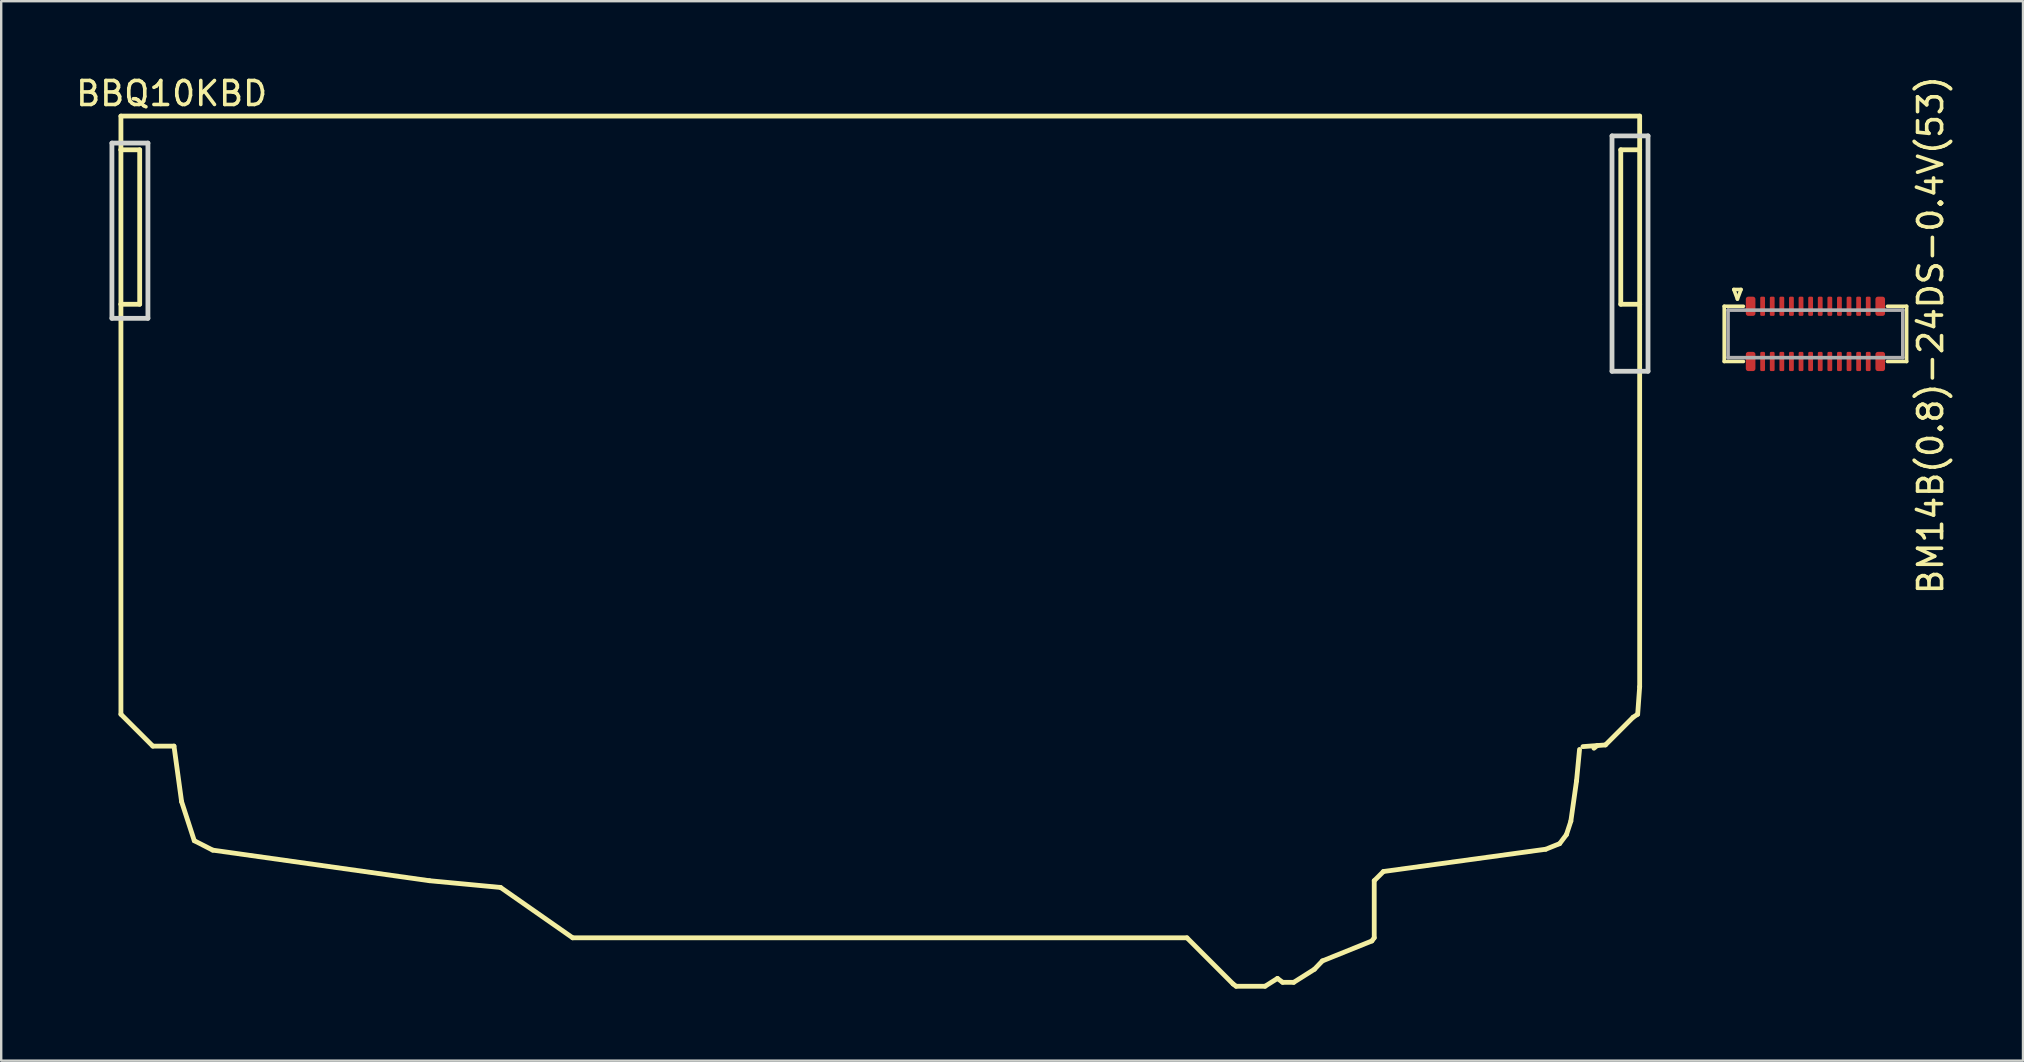
<source format=kicad_pcb>
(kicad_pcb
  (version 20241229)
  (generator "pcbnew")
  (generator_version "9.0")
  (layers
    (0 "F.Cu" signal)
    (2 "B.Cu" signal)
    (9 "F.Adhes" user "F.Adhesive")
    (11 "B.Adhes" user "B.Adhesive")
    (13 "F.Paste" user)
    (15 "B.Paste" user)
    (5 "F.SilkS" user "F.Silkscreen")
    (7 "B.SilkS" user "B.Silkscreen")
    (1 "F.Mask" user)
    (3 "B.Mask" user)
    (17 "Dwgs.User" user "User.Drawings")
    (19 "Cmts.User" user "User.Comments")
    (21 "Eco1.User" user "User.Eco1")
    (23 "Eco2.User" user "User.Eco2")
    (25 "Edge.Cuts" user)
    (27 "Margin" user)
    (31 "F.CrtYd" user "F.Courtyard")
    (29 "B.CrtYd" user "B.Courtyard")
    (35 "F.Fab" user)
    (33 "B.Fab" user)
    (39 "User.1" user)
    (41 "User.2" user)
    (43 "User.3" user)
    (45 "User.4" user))
  (footprint "BM14B(0.8)-24DS-0.4V(53)"
    (layer "F.Cu")
    (at 72.588 10.861)
    (property "Reference" "BM14B(0.8)-24DS-0.4V(53)" (at 4.8 0.05 90) (layer "F.SilkS") (effects (font (size 1 1) (thickness 0.15))))
    (attr smd)
    (fp_line (start -3.8 -1.15) (end -3 -1.15) (stroke (width 0.15) (type solid)) (layer "F.SilkS"))
    (fp_line (start -3.8 1.15) (end -3.8 -1.15) (stroke (width 0.15) (type solid)) (layer "F.SilkS"))
    (fp_line (start -3.4 -1.85) (end -3.1 -1.85) (stroke (width 0.15) (type solid)) (layer "F.SilkS"))
    (fp_line (start -3.25 -1.45) (end -3.4 -1.85) (stroke (width 0.15) (type solid)) (layer "F.SilkS"))
    (fp_line (start -3.1 -1.85) (end -3.25 -1.45) (stroke (width 0.15) (type solid)) (layer "F.SilkS"))
    (fp_line (start -3 1.15) (end -3.8 1.15) (stroke (width 0.15) (type solid)) (layer "F.SilkS"))
    (fp_line (start 3 -1.15) (end 3.8 -1.15) (stroke (width 0.15) (type solid)) (layer "F.SilkS"))
    (fp_line (start 3.8 -1.15) (end 3.8 1.15) (stroke (width 0.15) (type solid)) (layer "F.SilkS"))
    (fp_line (start 3.8 1.15) (end 3 1.15) (stroke (width 0.15) (type solid)) (layer "F.SilkS"))
    (fp_line (start -3.64 -0.99) (end 3.64 -0.99) (stroke (width 0.15) (type solid)) (layer "F.Fab"))
    (fp_line (start -3.64 0.99) (end -3.64 -0.99) (stroke (width 0.15) (type solid)) (layer "F.Fab"))
    (fp_line (start 3.64 -0.99) (end 3.64 0.99) (stroke (width 0.15) (type solid)) (layer "F.Fab"))
    (fp_line (start 3.64 0.99) (end -3.64 0.99) (stroke (width 0.15) (type solid)) (layer "F.Fab"))
    (pad "1" smd roundrect (at -2.7 -1.15) (size 0.4 0.8) (layers "F.Cu" "F.Mask" "F.Paste") (roundrect_rratio 0.25))
    (pad "2" smd roundrect (at -2.2 -1.15) (size 0.2 0.8) (layers "F.Cu" "F.Mask" "F.Paste") (roundrect_rratio 0.25))
    (pad "3" smd roundrect (at -1.8 -1.15) (size 0.2 0.8) (layers "F.Cu" "F.Mask" "F.Paste") (roundrect_rratio 0.25))
    (pad "4" smd roundrect (at -1.4 -1.15) (size 0.2 0.8) (layers "F.Cu" "F.Mask" "F.Paste") (roundrect_rratio 0.25))
    (pad "5" smd roundrect (at -1 -1.15) (size 0.2 0.8) (layers "F.Cu" "F.Mask" "F.Paste") (roundrect_rratio 0.25))
    (pad "6" smd roundrect (at -0.6 -1.15) (size 0.2 0.8) (layers "F.Cu" "F.Mask" "F.Paste") (roundrect_rratio 0.25))
    (pad "7" smd roundrect (at -0.2 -1.15) (size 0.2 0.8) (layers "F.Cu" "F.Mask" "F.Paste") (roundrect_rratio 0.25))
    (pad "8" smd roundrect (at 0.2 -1.15) (size 0.2 0.8) (layers "F.Cu" "F.Mask" "F.Paste") (roundrect_rratio 0.25))
    (pad "9" smd roundrect (at 0.6 -1.15) (size 0.2 0.8) (layers "F.Cu" "F.Mask" "F.Paste") (roundrect_rratio 0.25))
    (pad "10" smd roundrect (at 1 -1.15) (size 0.2 0.8) (layers "F.Cu" "F.Mask" "F.Paste") (roundrect_rratio 0.25))
    (pad "11" smd roundrect (at 1.4 -1.15) (size 0.2 0.8) (layers "F.Cu" "F.Mask" "F.Paste") (roundrect_rratio 0.25))
    (pad "12" smd roundrect (at 1.8 -1.15) (size 0.2 0.8) (layers "F.Cu" "F.Mask" "F.Paste") (roundrect_rratio 0.25))
    (pad "13" smd roundrect (at 2.2 -1.15) (size 0.2 0.8) (layers "F.Cu" "F.Mask" "F.Paste") (roundrect_rratio 0.25))
    (pad "14" smd roundrect (at 2.7 -1.15) (size 0.4 0.8) (layers "F.Cu" "F.Mask" "F.Paste") (roundrect_rratio 0.25))
    (pad "15" smd roundrect (at 2.7 1.15) (size 0.4 0.8) (layers "F.Cu" "F.Mask" "F.Paste") (roundrect_rratio 0.25))
    (pad "16" smd roundrect (at 2.2 1.15) (size 0.2 0.8) (layers "F.Cu" "F.Mask" "F.Paste") (roundrect_rratio 0.25))
    (pad "17" smd roundrect (at 1.8 1.15) (size 0.2 0.8) (layers "F.Cu" "F.Mask" "F.Paste") (roundrect_rratio 0.25))
    (pad "18" smd roundrect (at 1.4 1.15) (size 0.2 0.8) (layers "F.Cu" "F.Mask" "F.Paste") (roundrect_rratio 0.25))
    (pad "19" smd roundrect (at 1 1.15) (size 0.2 0.8) (layers "F.Cu" "F.Mask" "F.Paste") (roundrect_rratio 0.25))
    (pad "20" smd roundrect (at 0.6 1.15) (size 0.2 0.8) (layers "F.Cu" "F.Mask" "F.Paste") (roundrect_rratio 0.25))
    (pad "21" smd roundrect (at 0.2 1.15) (size 0.2 0.8) (layers "F.Cu" "F.Mask" "F.Paste") (roundrect_rratio 0.25))
    (pad "22" smd roundrect (at -0.2 1.15) (size 0.2 0.8) (layers "F.Cu" "F.Mask" "F.Paste") (roundrect_rratio 0.25))
    (pad "23" smd roundrect (at -0.6 1.15) (size 0.2 0.8) (layers "F.Cu" "F.Mask" "F.Paste") (roundrect_rratio 0.25))
    (pad "24" smd roundrect (at -1 1.15) (size 0.2 0.8) (layers "F.Cu" "F.Mask" "F.Paste") (roundrect_rratio 0.25))
    (pad "25" smd roundrect (at -1.4 1.15) (size 0.2 0.8) (layers "F.Cu" "F.Mask" "F.Paste") (roundrect_rratio 0.25))
    (pad "26" smd roundrect (at -1.8 1.15) (size 0.2 0.8) (layers "F.Cu" "F.Mask" "F.Paste") (roundrect_rratio 0.25))
    (pad "27" smd roundrect (at -2.2 1.15) (size 0.2 0.8) (layers "F.Cu" "F.Mask" "F.Paste") (roundrect_rratio 0.25))
    (pad "28" smd roundrect (at -2.7 1.15) (size 0.4 0.8) (layers "F.Cu" "F.Mask" "F.Paste") (roundrect_rratio 0.25)))
  (footprint "BBQ10KBD"
    (layer "F.Cu")
    (at 33.601 18.848)
    (property "Reference" "BBQ10KBD" (at -29.5 -18 0) (layer "F.SilkS") (effects (font (size 1 1) (thickness 0.15))))
    (attr through_hole)
    (fp_line (start -31.613 -17.061) (end -31.613 -15.657) (stroke (width 0.2) (type solid)) (layer "F.SilkS"))
    (fp_line (start -31.613 -15.657) (end -31.613 -9.222) (stroke (width 0.2) (type solid)) (layer "F.SilkS"))
    (fp_line (start -31.613 -15.657) (end -30.831 -15.657) (stroke (width 0.2) (type solid)) (layer "F.SilkS"))
    (fp_line (start -31.613 -9.222) (end -31.613 7.861) (stroke (width 0.2) (type solid)) (layer "F.SilkS"))
    (fp_line (start -31.613 7.861) (end -30.285 9.188) (stroke (width 0.2) (type solid)) (layer "F.SilkS"))
    (fp_line (start -30.831 -15.657) (end -30.831 -9.222) (stroke (width 0.2) (type solid)) (layer "F.SilkS"))
    (fp_line (start -30.831 -9.222) (end -31.613 -9.222) (stroke (width 0.2) (type solid)) (layer "F.SilkS"))
    (fp_line (start -30.285 9.188) (end -29.402 9.188) (stroke (width 0.2) (type solid)) (layer "F.SilkS"))
    (fp_line (start -29.402 9.188) (end -29.085 11.501) (stroke (width 0.2) (type solid)) (layer "F.SilkS"))
    (fp_line (start -29.085 11.501) (end -28.556 13.13) (stroke (width 0.2) (type solid)) (layer "F.SilkS"))
    (fp_line (start -28.556 13.13) (end -27.788 13.522) (stroke (width 0.2) (type solid)) (layer "F.SilkS"))
    (fp_line (start -27.788 13.522) (end -18.76 14.796) (stroke (width 0.2) (type solid)) (layer "F.SilkS"))
    (fp_line (start -18.76 14.796) (end -15.795 15.077) (stroke (width 0.2) (type solid)) (layer "F.SilkS"))
    (fp_line (start -15.795 15.077) (end -12.791 17.175) (stroke (width 0.2) (type solid)) (layer "F.SilkS"))
    (fp_line (start -12.791 17.175) (end 12.802 17.175) (stroke (width 0.2) (type solid)) (layer "F.SilkS"))
    (fp_line (start 12.802 17.175) (end 14.726 19.1) (stroke (width 0.2) (type solid)) (layer "F.SilkS"))
    (fp_line (start 14.726 19.1) (end 14.85 19.193) (stroke (width 0.2) (type solid)) (layer "F.SilkS"))
    (fp_line (start 14.85 19.193) (end 16.057 19.193) (stroke (width 0.2) (type solid)) (layer "F.SilkS"))
    (fp_line (start 16.057 19.193) (end 16.573 18.867) (stroke (width 0.2) (type solid)) (layer "F.SilkS"))
    (fp_line (start 16.573 18.867) (end 16.79 19.03) (stroke (width 0.2) (type solid)) (layer "F.SilkS"))
    (fp_line (start 16.79 19.03) (end 17.251 19.03) (stroke (width 0.2) (type solid)) (layer "F.SilkS"))
    (fp_line (start 17.251 19.03) (end 18.113 18.486) (stroke (width 0.2) (type solid)) (layer "F.SilkS"))
    (fp_line (start 18.113 18.486) (end 18.445 18.138) (stroke (width 0.2) (type solid)) (layer "F.SilkS"))
    (fp_line (start 18.445 18.138) (end 20.506 17.307) (stroke (width 0.2) (type solid)) (layer "F.SilkS"))
    (fp_line (start 20.506 17.307) (end 20.605 17.175) (stroke (width 0.2) (type solid)) (layer "F.SilkS"))
    (fp_line (start 20.605 14.796) (end 20.989 14.412) (stroke (width 0.2) (type solid)) (layer "F.SilkS"))
    (fp_line (start 20.605 17.175) (end 20.605 14.796) (stroke (width 0.2) (type solid)) (layer "F.SilkS"))
    (fp_line (start 20.989 14.412) (end 27.752 13.484) (stroke (width 0.2) (type solid)) (layer "F.SilkS"))
    (fp_line (start 27.752 13.484) (end 28.331 13.251) (stroke (width 0.2) (type solid)) (layer "F.SilkS"))
    (fp_line (start 28.331 13.251) (end 28.613 12.876) (stroke (width 0.2) (type solid)) (layer "F.SilkS"))
    (fp_line (start 28.613 12.876) (end 28.797 12.315) (stroke (width 0.2) (type solid)) (layer "F.SilkS"))
    (fp_line (start 28.797 12.315) (end 29.034 10.636) (stroke (width 0.2) (type solid)) (layer "F.SilkS"))
    (fp_line (start 29.034 10.636) (end 29.159 9.326) (stroke (width 0.2) (type solid)) (layer "F.SilkS"))
    (fp_line (start 29.3 9.209) (end 30.238 9.139) (stroke (width 0.2) (type solid)) (layer "F.SilkS"))
    (fp_line (start 29.759 9.276) (end 29.9 9.159) (stroke (width 0.2) (type solid)) (layer "F.SilkS"))
    (fp_line (start 30.238 9.139) (end 31.392 7.985) (stroke (width 0.2) (type solid)) (layer "F.SilkS"))
    (fp_line (start 30.877 -15.657) (end 30.877 -9.222) (stroke (width 0.2) (type solid)) (layer "F.SilkS"))
    (fp_line (start 30.877 -9.222) (end 31.664 -9.222) (stroke (width 0.2) (type solid)) (layer "F.SilkS"))
    (fp_line (start 31.392 7.985) (end 31.581 7.861) (stroke (width 0.2) (type solid)) (layer "F.SilkS"))
    (fp_line (start 31.581 7.861) (end 31.664 6.714) (stroke (width 0.2) (type solid)) (layer "F.SilkS"))
    (fp_line (start 31.664 -17.061) (end -31.613 -17.061) (stroke (width 0.2) (type solid)) (layer "F.SilkS"))
    (fp_line (start 31.664 -15.657) (end 30.877 -15.657) (stroke (width 0.2) (type solid)) (layer "F.SilkS"))
    (fp_line (start 31.664 -15.657) (end 31.664 -17.061) (stroke (width 0.2) (type solid)) (layer "F.SilkS"))
    (fp_line (start 31.664 -9.222) (end 31.664 -15.657) (stroke (width 0.2) (type solid)) (layer "F.SilkS"))
    (fp_line (start 31.664 6.714) (end 31.664 -9.222) (stroke (width 0.2) (type solid)) (layer "F.SilkS"))
    (fp_line (start -31.988 -15.936) (end -31.988 -8.636) (stroke (width 0.2) (type solid)) (layer "Edge.Cuts"))
    (fp_line (start -31.988 -8.636) (end -30.488 -8.636) (stroke (width 0.2) (type solid)) (layer "Edge.Cuts"))
    (fp_line (start -30.488 -15.936) (end -31.988 -15.936) (stroke (width 0.2) (type solid)) (layer "Edge.Cuts"))
    (fp_line (start -30.488 -8.636) (end -30.488 -15.936) (stroke (width 0.2) (type solid)) (layer "Edge.Cuts"))
    (fp_line (start 30.512 -16.236) (end 30.512 -6.43) (stroke (width 0.2) (type solid)) (layer "Edge.Cuts"))
    (fp_line (start 30.512 -6.43) (end 32.012 -6.43) (stroke (width 0.2) (type solid)) (layer "Edge.Cuts"))
    (fp_line (start 32.012 -16.236) (end 30.512 -16.236) (stroke (width 0.2) (type solid)) (layer "Edge.Cuts"))
    (fp_line (start 32.012 -6.43) (end 32.012 -16.236) (stroke (width 0.2) (type solid)) (layer "Edge.Cuts")))
  (gr_rect
    (start -3 -3)
    (end 81.236 41.141)
    (stroke (width 0.1) (type default))
    (fill no)
    (layer "Edge.Cuts")))
</source>
